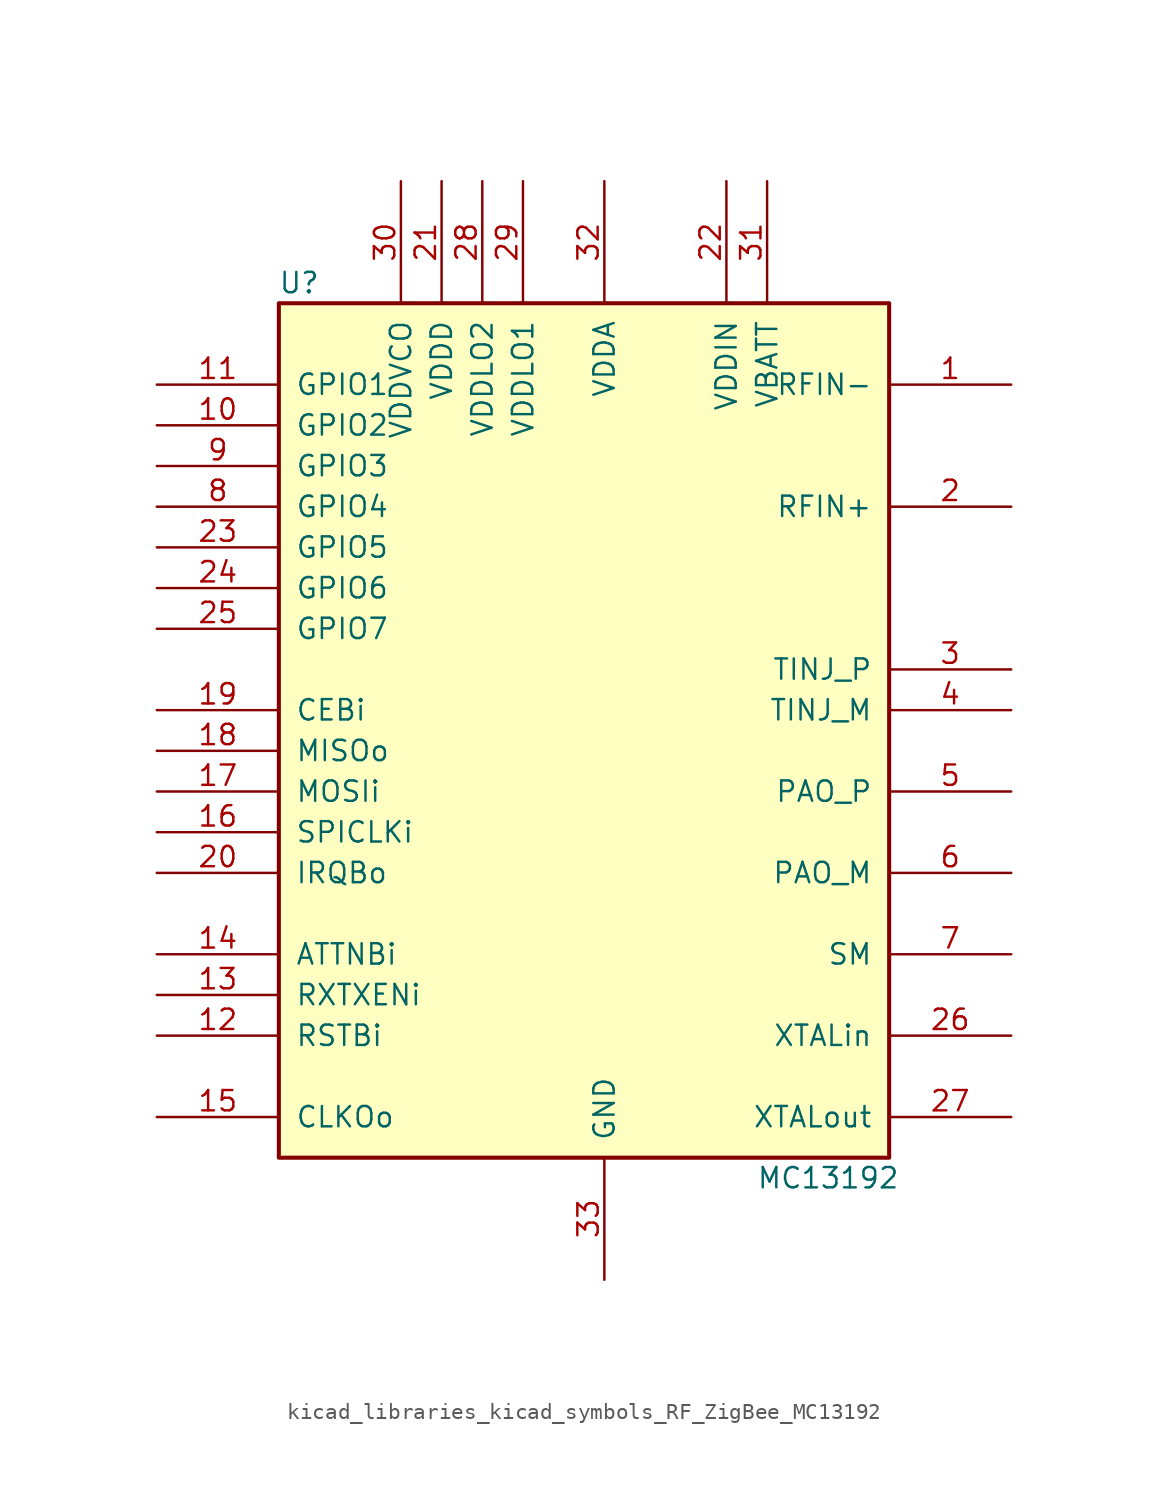
<source format=kicad_sym>
(kicad_symbol_lib
  (version 20220914)
  (generator kicad_symbol_editor)
  (symbol "kicad_libraries_kicad_symbols_RF_ZigBee_MC13192"
    (pin_names
      (offset 1.016))
    (property "Reference" "U"
      (at -19.05 26.67 0)
      (effects (font (size 1.27 1.27))))
    (property "Value" "MC13192"
      (at 13.97 -29.21 0)
      (effects (font (size 1.27 1.27))))
    (symbol "kicad_libraries_kicad_symbols_RF_ZigBee_MC13192_0_1"
      (rectangle (start -20.32 25.4) (end 17.78 -27.94) (stroke (width 0.254) (type default)) (fill (type background))))
    (symbol "kicad_libraries_kicad_symbols_RF_ZigBee_MC13192_1_1"
      (pin input line (at 25.4 20.32 180) (length 7.62) (name "RFIN-" (effects (font (size 1.27 1.27)))) (number "1" (effects (font (size 1.27 1.27)))))
      (pin bidirectional line (at -27.94 17.78 0) (length 7.62) (name "GPIO2" (effects (font (size 1.27 1.27)))) (number "10" (effects (font (size 1.27 1.27)))))
      (pin bidirectional line (at -27.94 20.32 0) (length 7.62) (name "GPIO1" (effects (font (size 1.27 1.27)))) (number "11" (effects (font (size 1.27 1.27)))))
      (pin input line (at -27.94 -20.32 0) (length 7.62) (name "RSTBi" (effects (font (size 1.27 1.27)))) (number "12" (effects (font (size 1.27 1.27)))))
      (pin input line (at -27.94 -17.78 0) (length 7.62) (name "RXTXENi" (effects (font (size 1.27 1.27)))) (number "13" (effects (font (size 1.27 1.27)))))
      (pin input line (at -27.94 -15.24 0) (length 7.62) (name "ATTNBi" (effects (font (size 1.27 1.27)))) (number "14" (effects (font (size 1.27 1.27)))))
      (pin output line (at -27.94 -25.4 0) (length 7.62) (name "CLKOo" (effects (font (size 1.27 1.27)))) (number "15" (effects (font (size 1.27 1.27)))))
      (pin input line (at -27.94 -7.62 0) (length 7.62) (name "SPICLKi" (effects (font (size 1.27 1.27)))) (number "16" (effects (font (size 1.27 1.27)))))
      (pin input line (at -27.94 -5.08 0) (length 7.62) (name "MOSIi" (effects (font (size 1.27 1.27)))) (number "17" (effects (font (size 1.27 1.27)))))
      (pin tri_state line (at -27.94 -2.54 0) (length 7.62) (name "MISOo" (effects (font (size 1.27 1.27)))) (number "18" (effects (font (size 1.27 1.27)))))
      (pin input line (at -27.94 0 0) (length 7.62) (name "CEBi" (effects (font (size 1.27 1.27)))) (number "19" (effects (font (size 1.27 1.27)))))
      (pin input line (at 25.4 12.7 180) (length 7.62) (name "RFIN+" (effects (font (size 1.27 1.27)))) (number "2" (effects (font (size 1.27 1.27)))))
      (pin open_collector line (at -27.94 -10.16 0) (length 7.62) (name "IRQBo" (effects (font (size 1.27 1.27)))) (number "20" (effects (font (size 1.27 1.27)))))
      (pin power_out line (at -10.16 33.02 270) (length 7.62) (name "VDDD" (effects (font (size 1.27 1.27)))) (number "21" (effects (font (size 1.27 1.27)))))
      (pin power_in line (at 7.62 33.02 270) (length 7.62) (name "VDDIN" (effects (font (size 1.27 1.27)))) (number "22" (effects (font (size 1.27 1.27)))))
      (pin bidirectional line (at -27.94 10.16 0) (length 7.62) (name "GPIO5" (effects (font (size 1.27 1.27)))) (number "23" (effects (font (size 1.27 1.27)))))
      (pin bidirectional line (at -27.94 7.62 0) (length 7.62) (name "GPIO6" (effects (font (size 1.27 1.27)))) (number "24" (effects (font (size 1.27 1.27)))))
      (pin bidirectional line (at -27.94 5.08 0) (length 7.62) (name "GPIO7" (effects (font (size 1.27 1.27)))) (number "25" (effects (font (size 1.27 1.27)))))
      (pin input line (at 25.4 -20.32 180) (length 7.62) (name "XTALin" (effects (font (size 1.27 1.27)))) (number "26" (effects (font (size 1.27 1.27)))))
      (pin output line (at 25.4 -25.4 180) (length 7.62) (name "XTALout" (effects (font (size 1.27 1.27)))) (number "27" (effects (font (size 1.27 1.27)))))
      (pin power_in line (at -7.62 33.02 270) (length 7.62) (name "VDDLO2" (effects (font (size 1.27 1.27)))) (number "28" (effects (font (size 1.27 1.27)))))
      (pin power_in line (at -5.08 33.02 270) (length 7.62) (name "VDDLO1" (effects (font (size 1.27 1.27)))) (number "29" (effects (font (size 1.27 1.27)))))
      (pin input line (at 25.4 2.54 180) (length 7.62) (name "TINJ_P" (effects (font (size 1.27 1.27)))) (number "3" (effects (font (size 1.27 1.27)))))
      (pin power_out line (at -12.7 33.02 270) (length 7.62) (name "VDDVCO" (effects (font (size 1.27 1.27)))) (number "30" (effects (font (size 1.27 1.27)))))
      (pin input line (at 10.16 33.02 270) (length 7.62) (name "VBATT" (effects (font (size 1.27 1.27)))) (number "31" (effects (font (size 1.27 1.27)))))
      (pin power_out line (at 0 33.02 270) (length 7.62) (name "VDDA" (effects (font (size 1.27 1.27)))) (number "32" (effects (font (size 1.27 1.27)))))
      (pin power_in line (at 0 -35.56 90) (length 7.62) (name "GND" (effects (font (size 1.27 1.27)))) (number "33" (effects (font (size 1.27 1.27)))))
      (pin input line (at 25.4 0 180) (length 7.62) (name "TINJ_M" (effects (font (size 1.27 1.27)))) (number "4" (effects (font (size 1.27 1.27)))))
      (pin open_collector line (at 25.4 -5.08 180) (length 7.62) (name "PAO_P" (effects (font (size 1.27 1.27)))) (number "5" (effects (font (size 1.27 1.27)))))
      (pin open_collector line (at 25.4 -10.16 180) (length 7.62) (name "PAO_M" (effects (font (size 1.27 1.27)))) (number "6" (effects (font (size 1.27 1.27)))))
      (pin input line (at 25.4 -15.24 180) (length 7.62) (name "SM" (effects (font (size 1.27 1.27)))) (number "7" (effects (font (size 1.27 1.27)))))
      (pin bidirectional line (at -27.94 12.7 0) (length 7.62) (name "GPIO4" (effects (font (size 1.27 1.27)))) (number "8" (effects (font (size 1.27 1.27)))))
      (pin bidirectional line (at -27.94 15.24 0) (length 7.62) (name "GPIO3" (effects (font (size 1.27 1.27)))) (number "9" (effects (font (size 1.27 1.27))))))))
</source>
